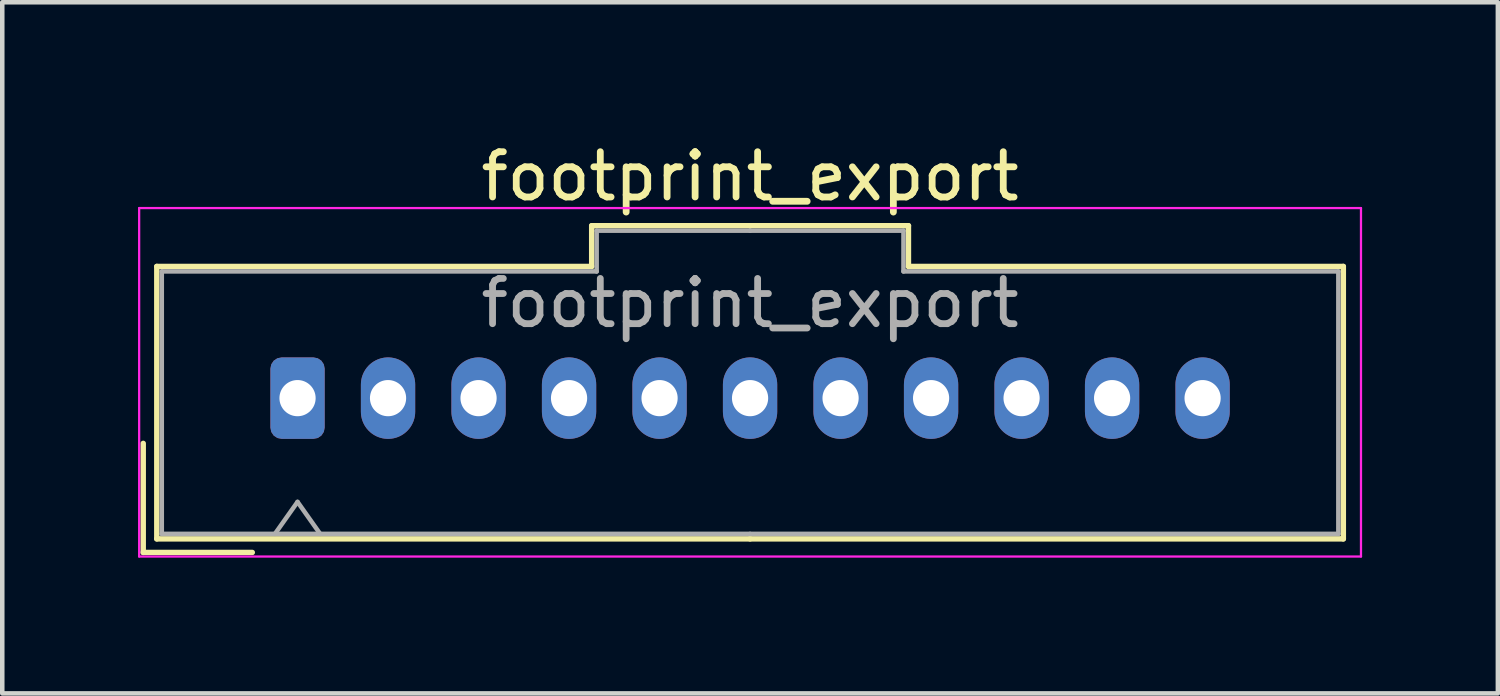
<source format=kicad_pcb>
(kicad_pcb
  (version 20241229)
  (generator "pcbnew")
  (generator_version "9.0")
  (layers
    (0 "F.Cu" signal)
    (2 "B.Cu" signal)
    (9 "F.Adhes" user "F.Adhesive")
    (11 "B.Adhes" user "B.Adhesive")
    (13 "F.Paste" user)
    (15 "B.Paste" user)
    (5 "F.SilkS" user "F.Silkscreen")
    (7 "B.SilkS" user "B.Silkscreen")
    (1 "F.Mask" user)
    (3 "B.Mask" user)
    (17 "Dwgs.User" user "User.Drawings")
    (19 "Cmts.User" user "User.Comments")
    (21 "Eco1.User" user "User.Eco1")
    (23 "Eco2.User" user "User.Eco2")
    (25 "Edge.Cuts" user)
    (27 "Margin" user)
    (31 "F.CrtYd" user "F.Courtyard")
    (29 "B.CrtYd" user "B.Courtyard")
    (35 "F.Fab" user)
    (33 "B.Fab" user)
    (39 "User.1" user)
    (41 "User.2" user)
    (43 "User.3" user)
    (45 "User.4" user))
  (footprint "footprint_export"
    (layer "F.Cu")
    (at 3.525 5.748)
    (property "Reference" "footprint_export" (at 10 -4.9 0) (layer "F.SilkS") (effects (font (size 1 1) (thickness 0.15))))
    (attr through_hole)
    (fp_line (start -3.41 1) (end -3.41 3.41) (stroke (width 0.12) (type solid)) (layer "F.SilkS"))
    (fp_line (start -3.41 3.41) (end -1 3.41) (stroke (width 0.12) (type solid)) (layer "F.SilkS"))
    (fp_line (start -3.11 -2.91) (end -3.11 3.11) (stroke (width 0.12) (type solid)) (layer "F.SilkS"))
    (fp_line (start -3.11 3.11) (end 10 3.11) (stroke (width 0.12) (type solid)) (layer "F.SilkS"))
    (fp_line (start 6.5 -3.81) (end 6.5 -2.91) (stroke (width 0.12) (type solid)) (layer "F.SilkS"))
    (fp_line (start 6.5 -2.91) (end -3.11 -2.91) (stroke (width 0.12) (type solid)) (layer "F.SilkS"))
    (fp_line (start 10 -3.81) (end 6.5 -3.81) (stroke (width 0.12) (type solid)) (layer "F.SilkS"))
    (fp_line (start 10 -3.81) (end 13.5 -3.81) (stroke (width 0.12) (type solid)) (layer "F.SilkS"))
    (fp_line (start 13.5 -3.81) (end 13.5 -2.91) (stroke (width 0.12) (type solid)) (layer "F.SilkS"))
    (fp_line (start 13.5 -2.91) (end 23.11 -2.91) (stroke (width 0.12) (type solid)) (layer "F.SilkS"))
    (fp_line (start 23.11 -2.91) (end 23.11 3.11) (stroke (width 0.12) (type solid)) (layer "F.SilkS"))
    (fp_line (start 23.11 3.11) (end 10 3.11) (stroke (width 0.12) (type solid)) (layer "F.SilkS"))
    (fp_line (start -3.5 -4.2) (end -3.5 3.5) (stroke (width 0.05) (type solid)) (layer "F.CrtYd"))
    (fp_line (start -3.5 3.5) (end 23.5 3.5) (stroke (width 0.05) (type solid)) (layer "F.CrtYd"))
    (fp_line (start 23.5 -4.2) (end -3.5 -4.2) (stroke (width 0.05) (type solid)) (layer "F.CrtYd"))
    (fp_line (start 23.5 3.5) (end 23.5 -4.2) (stroke (width 0.05) (type solid)) (layer "F.CrtYd"))
    (fp_line (start -3 -2.8) (end -3 3) (stroke (width 0.1) (type solid)) (layer "F.Fab"))
    (fp_line (start -3 3) (end 10 3) (stroke (width 0.1) (type solid)) (layer "F.Fab"))
    (fp_line (start -0.5 3) (end 0 2.293) (stroke (width 0.1) (type solid)) (layer "F.Fab"))
    (fp_line (start 0 2.293) (end 0.5 3) (stroke (width 0.1) (type solid)) (layer "F.Fab"))
    (fp_line (start 6.61 -3.7) (end 6.61 -2.8) (stroke (width 0.1) (type solid)) (layer "F.Fab"))
    (fp_line (start 6.61 -2.8) (end -3 -2.8) (stroke (width 0.1) (type solid)) (layer "F.Fab"))
    (fp_line (start 10 -3.7) (end 6.61 -3.7) (stroke (width 0.1) (type solid)) (layer "F.Fab"))
    (fp_line (start 10 -3.7) (end 13.39 -3.7) (stroke (width 0.1) (type solid)) (layer "F.Fab"))
    (fp_line (start 13.39 -3.7) (end 13.39 -2.8) (stroke (width 0.1) (type solid)) (layer "F.Fab"))
    (fp_line (start 13.39 -2.8) (end 23 -2.8) (stroke (width 0.1) (type solid)) (layer "F.Fab"))
    (fp_line (start 23 -2.8) (end 23 3) (stroke (width 0.1) (type solid)) (layer "F.Fab"))
    (fp_line (start 23 3) (end 10 3) (stroke (width 0.1) (type solid)) (layer "F.Fab"))
    (fp_text user "${REFERENCE}" (at 10 -2.1 0) (layer "F.Fab") (effects (font (size 1 1) (thickness 0.15))))
    (pad "1" thru_hole roundrect (at 0 0) (size 1.2 1.8) (drill 0.8) (layers "*.Cu" "*.Mask") (roundrect_rratio 0.208))
    (pad "2" thru_hole oval (at 2 0) (size 1.2 1.8) (drill 0.8) (layers "*.Cu" "*.Mask"))
    (pad "3" thru_hole oval (at 4 0) (size 1.2 1.8) (drill 0.8) (layers "*.Cu" "*.Mask"))
    (pad "4" thru_hole oval (at 6 0) (size 1.2 1.8) (drill 0.8) (layers "*.Cu" "*.Mask"))
    (pad "5" thru_hole oval (at 8 0) (size 1.2 1.8) (drill 0.8) (layers "*.Cu" "*.Mask"))
    (pad "6" thru_hole oval (at 10 0) (size 1.2 1.8) (drill 0.8) (layers "*.Cu" "*.Mask"))
    (pad "7" thru_hole oval (at 12 0) (size 1.2 1.8) (drill 0.8) (layers "*.Cu" "*.Mask"))
    (pad "8" thru_hole oval (at 14 0) (size 1.2 1.8) (drill 0.8) (layers "*.Cu" "*.Mask"))
    (pad "9" thru_hole oval (at 16 0) (size 1.2 1.8) (drill 0.8) (layers "*.Cu" "*.Mask"))
    (pad "10" thru_hole oval (at 18 0) (size 1.2 1.8) (drill 0.8) (layers "*.Cu" "*.Mask"))
    (pad "11" thru_hole oval (at 20 0) (size 1.2 1.8) (drill 0.8) (layers "*.Cu" "*.Mask")))
  (gr_rect
    (start -3 -3)
    (end 30.05 12.273)
    (stroke (width 0.1) (type default))
    (fill no)
    (layer "Edge.Cuts")))
</source>
